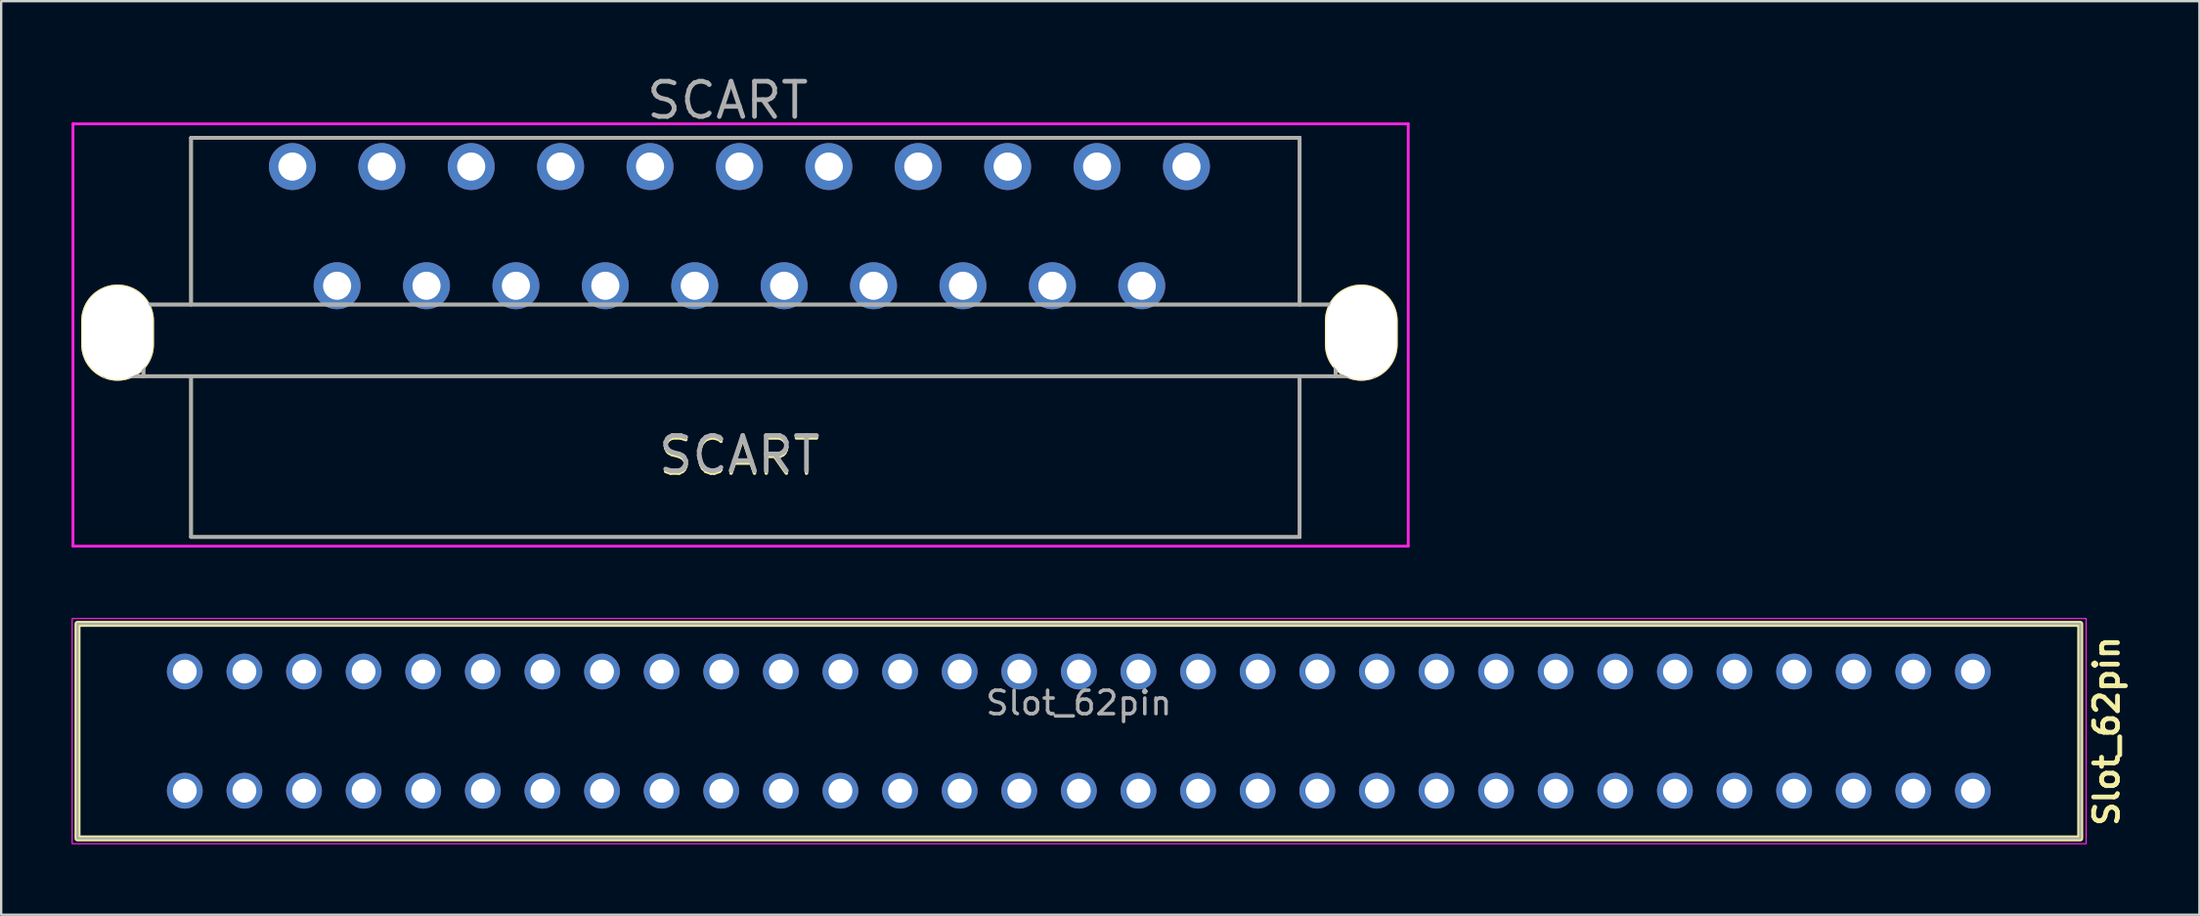
<source format=kicad_pcb>
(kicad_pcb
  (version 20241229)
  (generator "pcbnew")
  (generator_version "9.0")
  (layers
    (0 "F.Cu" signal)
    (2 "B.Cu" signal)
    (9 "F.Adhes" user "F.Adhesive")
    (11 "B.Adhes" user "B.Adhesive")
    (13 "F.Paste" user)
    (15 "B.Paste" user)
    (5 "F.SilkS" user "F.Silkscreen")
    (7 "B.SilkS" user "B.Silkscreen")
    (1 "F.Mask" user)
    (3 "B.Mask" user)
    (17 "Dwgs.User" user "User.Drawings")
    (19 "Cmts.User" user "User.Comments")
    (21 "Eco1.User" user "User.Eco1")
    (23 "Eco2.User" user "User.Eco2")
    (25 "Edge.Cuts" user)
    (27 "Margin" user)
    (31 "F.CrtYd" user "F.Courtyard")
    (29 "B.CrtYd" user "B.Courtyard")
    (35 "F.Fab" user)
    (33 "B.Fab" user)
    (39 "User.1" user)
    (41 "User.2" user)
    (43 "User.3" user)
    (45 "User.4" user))
  (footprint "Slot_62pin"
    (layer "F.Cu")
    (at 42.925 28.113)
    (property "Reference" "Slot_62pin" (at 43.8 0 90) (layer "F.SilkS") (effects (font (size 1.016 1.016) (thickness 0.203))))
    (attr through_hole)
    (fp_rect (start 42.672 4.572) (end -42.672 -4.572) (stroke (width 0.254) (type default)) (fill no) (layer "F.SilkS"))
    (fp_rect (start -42.9 4.8) (end 42.925 -4.8) (stroke (width 0.05) (type default)) (fill no) (layer "F.CrtYd"))
    (fp_rect (start 42.672 4.572) (end -42.672 -4.572) (stroke (width 0.1) (type default)) (fill no) (layer "F.Fab"))
    (fp_text user "${REFERENCE}" (at 0 -1.2 0) (layer "F.Fab") (effects (font (size 1 1) (thickness 0.15))))
    (pad "1" thru_hole circle (at 38.1 -2.54 180) (size 1.524 1.524) (drill 1.016) (layers "*.Cu" "*.Mask"))
    (pad "2" thru_hole circle (at 35.56 -2.54 180) (size 1.524 1.524) (drill 1.016) (layers "*.Cu" "*.Mask"))
    (pad "3" thru_hole circle (at 33.02 -2.54 180) (size 1.524 1.524) (drill 1.016) (layers "*.Cu" "*.Mask"))
    (pad "4" thru_hole circle (at 30.48 -2.54 180) (size 1.524 1.524) (drill 1.016) (layers "*.Cu" "*.Mask"))
    (pad "5" thru_hole circle (at 27.94 -2.54 180) (size 1.524 1.524) (drill 1.016) (layers "*.Cu" "*.Mask"))
    (pad "6" thru_hole circle (at 25.4 -2.54 180) (size 1.524 1.524) (drill 1.016) (layers "*.Cu" "*.Mask"))
    (pad "7" thru_hole circle (at 22.86 -2.54 180) (size 1.524 1.524) (drill 1.016) (layers "*.Cu" "*.Mask"))
    (pad "8" thru_hole circle (at 20.32 -2.54 180) (size 1.524 1.524) (drill 1.016) (layers "*.Cu" "*.Mask"))
    (pad "9" thru_hole circle (at 17.78 -2.54 180) (size 1.524 1.524) (drill 1.016) (layers "*.Cu" "*.Mask"))
    (pad "10" thru_hole circle (at 15.24 -2.54 180) (size 1.524 1.524) (drill 1.016) (layers "*.Cu" "*.Mask"))
    (pad "11" thru_hole circle (at 12.7 -2.54 180) (size 1.524 1.524) (drill 1.016) (layers "*.Cu" "*.Mask"))
    (pad "12" thru_hole circle (at 10.16 -2.54 180) (size 1.524 1.524) (drill 1.016) (layers "*.Cu" "*.Mask"))
    (pad "13" thru_hole circle (at 7.62 -2.54 180) (size 1.524 1.524) (drill 1.016) (layers "*.Cu" "*.Mask"))
    (pad "14" thru_hole circle (at 5.08 -2.54 180) (size 1.524 1.524) (drill 1.016) (layers "*.Cu" "*.Mask"))
    (pad "15" thru_hole circle (at 2.54 -2.54 180) (size 1.524 1.524) (drill 1.016) (layers "*.Cu" "*.Mask"))
    (pad "16" thru_hole circle (at 0 -2.54 180) (size 1.524 1.524) (drill 1.016) (layers "*.Cu" "*.Mask"))
    (pad "17" thru_hole circle (at -2.54 -2.54 180) (size 1.524 1.524) (drill 1.016) (layers "*.Cu" "*.Mask"))
    (pad "18" thru_hole circle (at -5.08 -2.54 180) (size 1.524 1.524) (drill 1.016) (layers "*.Cu" "*.Mask"))
    (pad "19" thru_hole circle (at -7.62 -2.54 180) (size 1.524 1.524) (drill 1.016) (layers "*.Cu" "*.Mask"))
    (pad "20" thru_hole circle (at -10.16 -2.54 180) (size 1.524 1.524) (drill 1.016) (layers "*.Cu" "*.Mask"))
    (pad "21" thru_hole circle (at -12.7 -2.54 180) (size 1.524 1.524) (drill 1.016) (layers "*.Cu" "*.Mask"))
    (pad "22" thru_hole circle (at -15.24 -2.54 180) (size 1.524 1.524) (drill 1.016) (layers "*.Cu" "*.Mask"))
    (pad "23" thru_hole circle (at -17.78 -2.54 180) (size 1.524 1.524) (drill 1.016) (layers "*.Cu" "*.Mask"))
    (pad "24" thru_hole circle (at -20.32 -2.54 180) (size 1.524 1.524) (drill 1.016) (layers "*.Cu" "*.Mask"))
    (pad "25" thru_hole circle (at -22.86 -2.54 180) (size 1.524 1.524) (drill 1.016) (layers "*.Cu" "*.Mask"))
    (pad "26" thru_hole circle (at -25.4 -2.54 180) (size 1.524 1.524) (drill 1.016) (layers "*.Cu" "*.Mask"))
    (pad "27" thru_hole circle (at -27.94 -2.54 180) (size 1.524 1.524) (drill 1.016) (layers "*.Cu" "*.Mask"))
    (pad "28" thru_hole circle (at -30.48 -2.54 180) (size 1.524 1.524) (drill 1.016) (layers "*.Cu" "*.Mask"))
    (pad "29" thru_hole circle (at -33.02 -2.54 180) (size 1.524 1.524) (drill 1.016) (layers "*.Cu" "*.Mask"))
    (pad "30" thru_hole circle (at -35.56 -2.54 180) (size 1.524 1.524) (drill 1.016) (layers "*.Cu" "*.Mask"))
    (pad "31" thru_hole circle (at -38.1 -2.54 180) (size 1.524 1.524) (drill 1.016) (layers "*.Cu" "*.Mask"))
    (pad "32" thru_hole circle (at 38.1 2.54 180) (size 1.524 1.524) (drill 1.016) (layers "*.Cu" "*.Mask"))
    (pad "33" thru_hole circle (at 35.56 2.54 180) (size 1.524 1.524) (drill 1.016) (layers "*.Cu" "*.Mask"))
    (pad "34" thru_hole circle (at 33.02 2.54 180) (size 1.524 1.524) (drill 1.016) (layers "*.Cu" "*.Mask"))
    (pad "35" thru_hole circle (at 30.48 2.54 180) (size 1.524 1.524) (drill 1.016) (layers "*.Cu" "*.Mask"))
    (pad "36" thru_hole circle (at 27.94 2.54 180) (size 1.524 1.524) (drill 1.016) (layers "*.Cu" "*.Mask"))
    (pad "37" thru_hole circle (at 25.4 2.54 180) (size 1.524 1.524) (drill 1.016) (layers "*.Cu" "*.Mask"))
    (pad "38" thru_hole circle (at 22.86 2.54 180) (size 1.524 1.524) (drill 1.016) (layers "*.Cu" "*.Mask"))
    (pad "39" thru_hole circle (at 20.32 2.54 180) (size 1.524 1.524) (drill 1.016) (layers "*.Cu" "*.Mask"))
    (pad "40" thru_hole circle (at 17.78 2.54 180) (size 1.524 1.524) (drill 1.016) (layers "*.Cu" "*.Mask"))
    (pad "41" thru_hole circle (at 15.24 2.54 180) (size 1.524 1.524) (drill 1.016) (layers "*.Cu" "*.Mask"))
    (pad "42" thru_hole circle (at 12.7 2.54 180) (size 1.524 1.524) (drill 1.016) (layers "*.Cu" "*.Mask"))
    (pad "43" thru_hole circle (at 10.16 2.54 180) (size 1.524 1.524) (drill 1.016) (layers "*.Cu" "*.Mask"))
    (pad "44" thru_hole circle (at 7.62 2.54 180) (size 1.524 1.524) (drill 1.016) (layers "*.Cu" "*.Mask"))
    (pad "45" thru_hole circle (at 5.08 2.54 180) (size 1.524 1.524) (drill 1.016) (layers "*.Cu" "*.Mask"))
    (pad "46" thru_hole circle (at 2.54 2.54 180) (size 1.524 1.524) (drill 1.016) (layers "*.Cu" "*.Mask"))
    (pad "47" thru_hole circle (at 0 2.54 180) (size 1.524 1.524) (drill 1.016) (layers "*.Cu" "*.Mask"))
    (pad "48" thru_hole circle (at -2.54 2.54 180) (size 1.524 1.524) (drill 1.016) (layers "*.Cu" "*.Mask"))
    (pad "49" thru_hole circle (at -5.08 2.54 180) (size 1.524 1.524) (drill 1.016) (layers "*.Cu" "*.Mask"))
    (pad "50" thru_hole circle (at -7.62 2.54 180) (size 1.524 1.524) (drill 1.016) (layers "*.Cu" "*.Mask"))
    (pad "51" thru_hole circle (at -10.16 2.54 180) (size 1.524 1.524) (drill 1.016) (layers "*.Cu" "*.Mask"))
    (pad "52" thru_hole circle (at -12.7 2.54 180) (size 1.524 1.524) (drill 1.016) (layers "*.Cu" "*.Mask"))
    (pad "53" thru_hole circle (at -15.24 2.54 180) (size 1.524 1.524) (drill 1.016) (layers "*.Cu" "*.Mask"))
    (pad "54" thru_hole circle (at -17.78 2.54 180) (size 1.524 1.524) (drill 1.016) (layers "*.Cu" "*.Mask"))
    (pad "55" thru_hole circle (at -20.32 2.54 180) (size 1.524 1.524) (drill 1.016) (layers "*.Cu" "*.Mask"))
    (pad "56" thru_hole circle (at -22.86 2.54 180) (size 1.524 1.524) (drill 1.016) (layers "*.Cu" "*.Mask"))
    (pad "57" thru_hole circle (at -25.4 2.54 180) (size 1.524 1.524) (drill 1.016) (layers "*.Cu" "*.Mask"))
    (pad "58" thru_hole circle (at -27.94 2.54 180) (size 1.524 1.524) (drill 1.016) (layers "*.Cu" "*.Mask"))
    (pad "59" thru_hole circle (at -30.48 2.54 180) (size 1.524 1.524) (drill 1.016) (layers "*.Cu" "*.Mask"))
    (pad "60" thru_hole circle (at -33.02 2.54 180) (size 1.524 1.524) (drill 1.016) (layers "*.Cu" "*.Mask"))
    (pad "61" thru_hole circle (at -35.56 2.54 180) (size 1.524 1.524) (drill 1.016) (layers "*.Cu" "*.Mask"))
    (pad "62" thru_hole circle (at -38.1 2.54 180) (size 1.524 1.524) (drill 1.016) (layers "*.Cu" "*.Mask")))
  (footprint "SCART"
    (layer "F.Cu")
    (at 28.46 11.329)
    (property "Reference" "SCART" (at 0 5.1 0) (layer "F.SilkS") (effects (font (size 1.5 1.5) (thickness 0.15))))
    (attr through_hole)
    (fp_line (start -27.051 -1.397) (end -27.051 1.651) (stroke (width 0.15) (type solid)) (layer "F.SilkS"))
    (fp_line (start -27.051 -1.397) (end 27.051 -1.397) (stroke (width 0.15) (type solid)) (layer "F.SilkS"))
    (fp_line (start -25.4 -1.397) (end -25.4 1.651) (stroke (width 0.15) (type solid)) (layer "F.SilkS"))
    (fp_line (start -23.368 -8.509) (end 23.876 -8.509) (stroke (width 0.15) (type solid)) (layer "F.SilkS"))
    (fp_line (start -23.368 -1.397) (end -23.368 -8.509) (stroke (width 0.15) (type solid)) (layer "F.SilkS"))
    (fp_line (start -23.368 8.509) (end -23.368 1.651) (stroke (width 0.15) (type solid)) (layer "F.SilkS"))
    (fp_line (start -23.368 8.509) (end 23.876 8.509) (stroke (width 0.15) (type solid)) (layer "F.SilkS"))
    (fp_line (start 23.876 -8.509) (end 23.876 -1.397) (stroke (width 0.15) (type solid)) (layer "F.SilkS"))
    (fp_line (start 23.876 8.509) (end 23.876 1.651) (stroke (width 0.15) (type solid)) (layer "F.SilkS"))
    (fp_line (start 25.4 -1.397) (end 25.4 1.651) (stroke (width 0.15) (type solid)) (layer "F.SilkS"))
    (fp_line (start 27.051 -1.397) (end 27.051 1.651) (stroke (width 0.15) (type solid)) (layer "F.SilkS"))
    (fp_line (start 27.051 1.651) (end -27.051 1.651) (stroke (width 0.15) (type solid)) (layer "F.SilkS"))
    (fp_line (start -28.4 -9.1) (end 28.5 -9.1) (stroke (width 0.12) (type solid)) (layer "F.CrtYd"))
    (fp_line (start -28.4 8.9) (end -28.4 -9.1) (stroke (width 0.12) (type solid)) (layer "F.CrtYd"))
    (fp_line (start 28.5 -9.1) (end 28.5 8.9) (stroke (width 0.12) (type solid)) (layer "F.CrtYd"))
    (fp_line (start 28.5 8.9) (end -28.4 8.9) (stroke (width 0.12) (type solid)) (layer "F.CrtYd"))
    (fp_line (start -27.051 -1.397) (end -27.051 1.651) (stroke (width 0.15) (type solid)) (layer "F.Fab"))
    (fp_line (start -27.051 -1.397) (end 27.051 -1.397) (stroke (width 0.15) (type solid)) (layer "F.Fab"))
    (fp_line (start -25.4 -1.397) (end -25.4 1.651) (stroke (width 0.15) (type solid)) (layer "F.Fab"))
    (fp_line (start -23.368 -8.509) (end 23.876 -8.509) (stroke (width 0.15) (type solid)) (layer "F.Fab"))
    (fp_line (start -23.368 -1.397) (end -23.368 -8.509) (stroke (width 0.15) (type solid)) (layer "F.Fab"))
    (fp_line (start -23.368 8.509) (end -23.368 1.651) (stroke (width 0.15) (type solid)) (layer "F.Fab"))
    (fp_line (start -23.368 8.509) (end 23.876 8.509) (stroke (width 0.15) (type solid)) (layer "F.Fab"))
    (fp_line (start 23.876 -8.509) (end 23.876 -1.397) (stroke (width 0.15) (type solid)) (layer "F.Fab"))
    (fp_line (start 23.876 8.509) (end 23.876 1.651) (stroke (width 0.15) (type solid)) (layer "F.Fab"))
    (fp_line (start 25.4 -1.397) (end 25.4 1.651) (stroke (width 0.15) (type solid)) (layer "F.Fab"))
    (fp_line (start 27.051 -1.397) (end 27.051 1.651) (stroke (width 0.15) (type solid)) (layer "F.Fab"))
    (fp_line (start 27.051 1.651) (end -27.051 1.651) (stroke (width 0.15) (type solid)) (layer "F.Fab"))
    (fp_text user "${REFERENCE}" (at -0.5 -10.1 0) (layer "F.Fab") (effects (font (size 1.5 1.5) (thickness 0.2))))
    (fp_text user "SCART" (at 0 5 0) (layer "F.Fab") (effects (font (size 1.5 1.5) (thickness 0.2))))
    (pad "" np_thru_hole oval (at -26.5 -0.201) (size 3.1 4.1) (drill oval 3 4) (layers "*.Cu" "*.Mask" "F.SilkS"))
    (pad "" np_thru_hole oval (at 26.5 -0.201) (size 3.1 4.1) (drill oval 3 4) (layers "*.Cu" "*.Mask" "F.SilkS"))
    (pad "1" thru_hole circle (at 19.05 -7.28) (size 1.999 1.999) (drill 1.199) (layers "*.Cu" "*.Mask"))
    (pad "2" thru_hole circle (at 17.145 -2.2) (size 1.999 1.999) (drill 1.199) (layers "*.Cu" "*.Mask"))
    (pad "3" thru_hole circle (at 15.24 -7.28) (size 1.999 1.999) (drill 1.199) (layers "*.Cu" "*.Mask"))
    (pad "4" thru_hole circle (at 13.335 -2.2) (size 1.999 1.999) (drill 1.199) (layers "*.Cu" "*.Mask"))
    (pad "5" thru_hole circle (at 11.43 -7.28) (size 1.999 1.999) (drill 1.199) (layers "*.Cu" "*.Mask"))
    (pad "6" thru_hole circle (at 9.525 -2.2) (size 1.999 1.999) (drill 1.199) (layers "*.Cu" "*.Mask"))
    (pad "7" thru_hole circle (at 7.62 -7.28) (size 1.999 1.999) (drill 1.199) (layers "*.Cu" "*.Mask"))
    (pad "8" thru_hole circle (at 5.715 -2.2) (size 1.999 1.999) (drill 1.199) (layers "*.Cu" "*.Mask"))
    (pad "9" thru_hole circle (at 3.81 -7.28) (size 1.999 1.999) (drill 1.199) (layers "*.Cu" "*.Mask"))
    (pad "10" thru_hole circle (at 1.905 -2.2) (size 1.999 1.999) (drill 1.199) (layers "*.Cu" "*.Mask"))
    (pad "11" thru_hole circle (at 0 -7.28) (size 1.999 1.999) (drill 1.199) (layers "*.Cu" "*.Mask"))
    (pad "12" thru_hole circle (at -1.905 -2.2) (size 1.999 1.999) (drill 1.199) (layers "*.Cu" "*.Mask"))
    (pad "13" thru_hole circle (at -3.81 -7.28) (size 1.999 1.999) (drill 1.199) (layers "*.Cu" "*.Mask"))
    (pad "14" thru_hole circle (at -5.715 -2.2) (size 1.999 1.999) (drill 1.199) (layers "*.Cu" "*.Mask"))
    (pad "15" thru_hole circle (at -7.62 -7.28) (size 1.999 1.999) (drill 1.199) (layers "*.Cu" "*.Mask"))
    (pad "16" thru_hole circle (at -9.525 -2.2) (size 1.999 1.999) (drill 1.199) (layers "*.Cu" "*.Mask"))
    (pad "17" thru_hole circle (at -11.43 -7.28) (size 1.999 1.999) (drill 1.199) (layers "*.Cu" "*.Mask"))
    (pad "18" thru_hole circle (at -13.335 -2.2) (size 1.999 1.999) (drill 1.199) (layers "*.Cu" "*.Mask"))
    (pad "19" thru_hole circle (at -15.24 -7.28) (size 1.999 1.999) (drill 1.199) (layers "*.Cu" "*.Mask"))
    (pad "20" thru_hole circle (at -17.145 -2.2) (size 1.999 1.999) (drill 1.199) (layers "*.Cu" "*.Mask"))
    (pad "21" thru_hole circle (at -19.05 -7.28) (size 1.999 1.999) (drill 1.199) (layers "*.Cu" "*.Mask")))
  (gr_rect
    (start -3 -3)
    (end 90.676 35.938)
    (stroke (width 0.1) (type default))
    (fill no)
    (layer "Edge.Cuts")))
</source>
